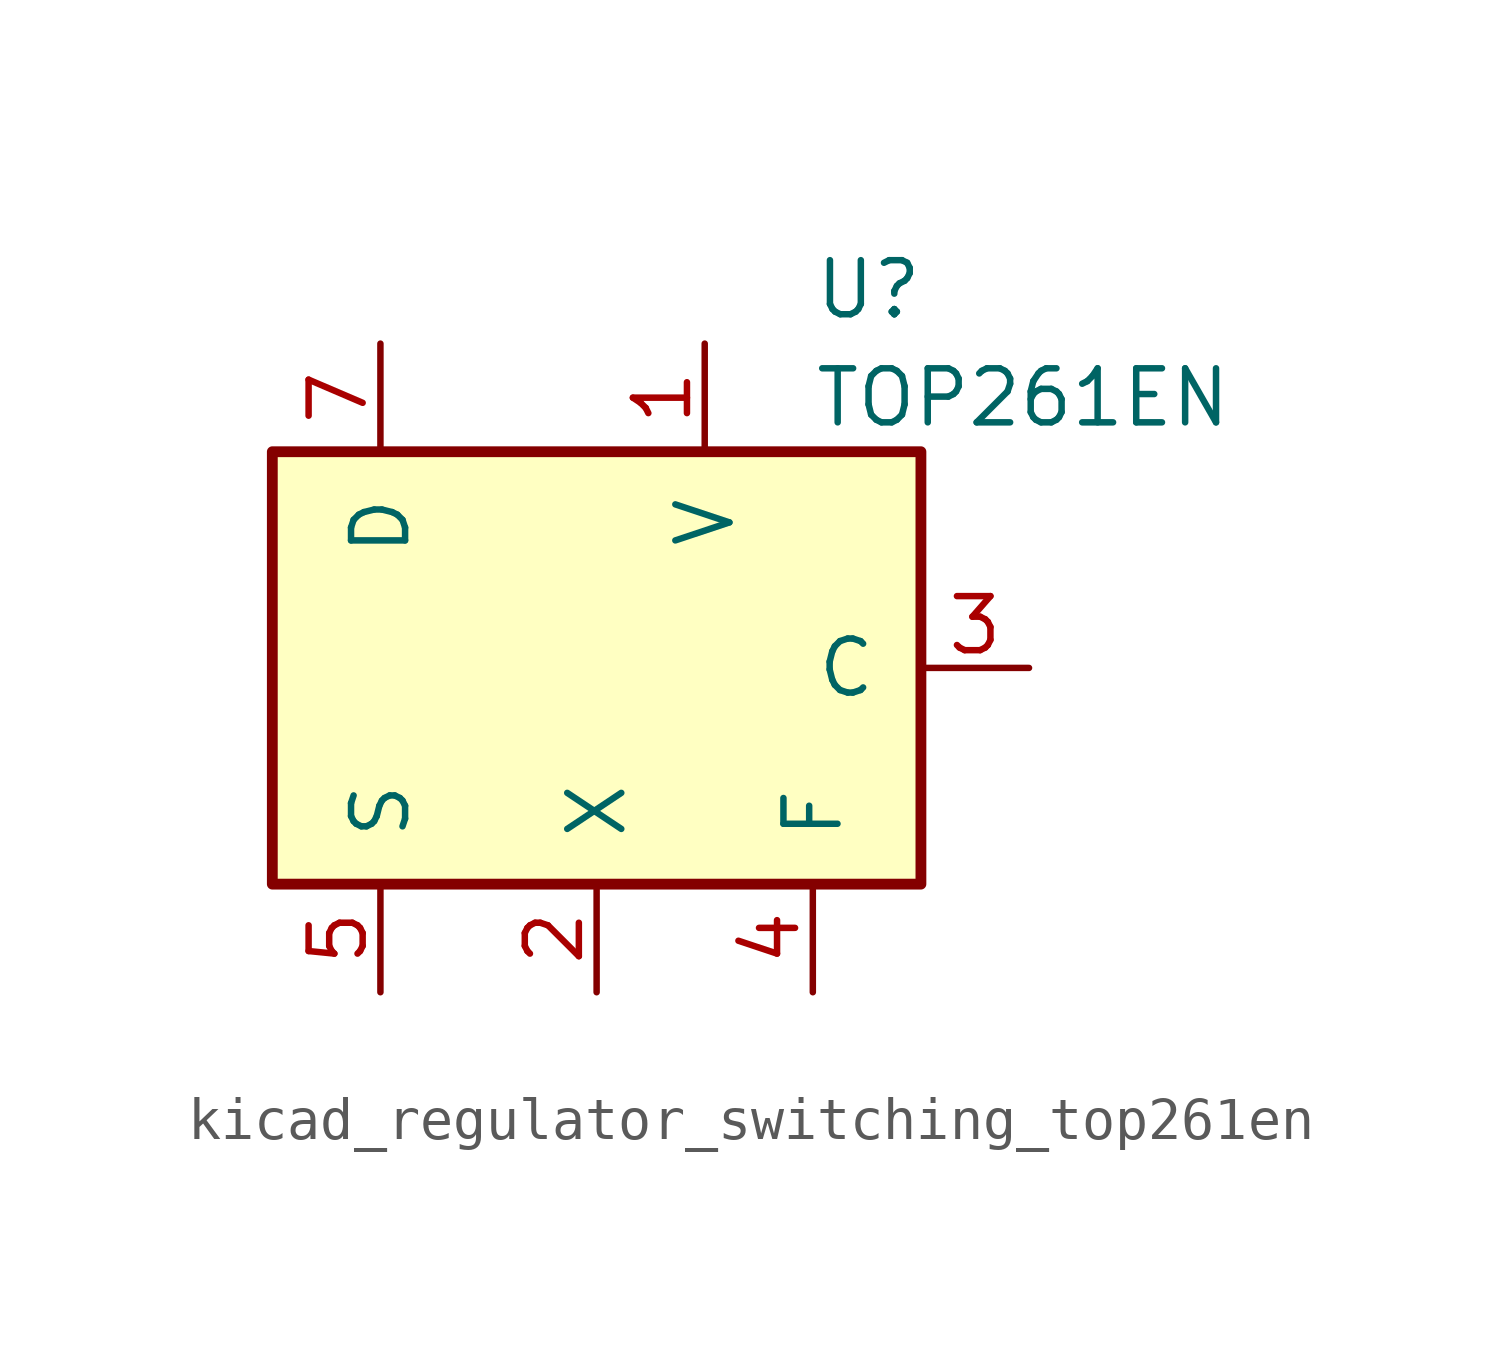
<source format=kicad_sym>
(kicad_symbol_lib
  (version 20220914)
  (generator kicad_symbol_editor)
  (symbol "kicad_regulator_switching_top261en"
    (pin_names
      (offset 1.016))
    (property "Reference" "U"
      (at 5.08 8.89 0)
      (effects (font (size 1.27 1.27)) (justify left)))
    (property "Value" "TOP261EN"
      (at 5.08 6.35 0)
      (effects (font (size 1.27 1.27)) (justify left)))
    (symbol "kicad_regulator_switching_top261en_0_1"
      (rectangle (start -7.62 5.08) (end 7.62 -5.08) (stroke (width 0.254) (type default)) (fill (type background))))
    (symbol "kicad_regulator_switching_top261en_1_1"
      (pin input line (at 2.54 7.62 270) (length 2.54) (name "V" (effects (font (size 1.27 1.27)))) (number "1" (effects (font (size 1.27 1.27)))))
      (pin input line (at 0 -7.62 90) (length 2.54) (name "X" (effects (font (size 1.27 1.27)))) (number "2" (effects (font (size 1.27 1.27)))))
      (pin input line (at 10.16 0 180) (length 2.54) (name "C" (effects (font (size 1.27 1.27)))) (number "3" (effects (font (size 1.27 1.27)))))
      (pin passive line (at 5.08 -7.62 90) (length 2.54) (name "F" (effects (font (size 1.27 1.27)))) (number "4" (effects (font (size 1.27 1.27)))))
      (pin power_in line (at -5.08 -7.62 90) (length 2.54) (name "S" (effects (font (size 1.27 1.27)))) (number "5" (effects (font (size 1.27 1.27)))))
      (pin open_collector line (at -5.08 7.62 270) (length 2.54) (name "D" (effects (font (size 1.27 1.27)))) (number "7" (effects (font (size 1.27 1.27))))))))
</source>
